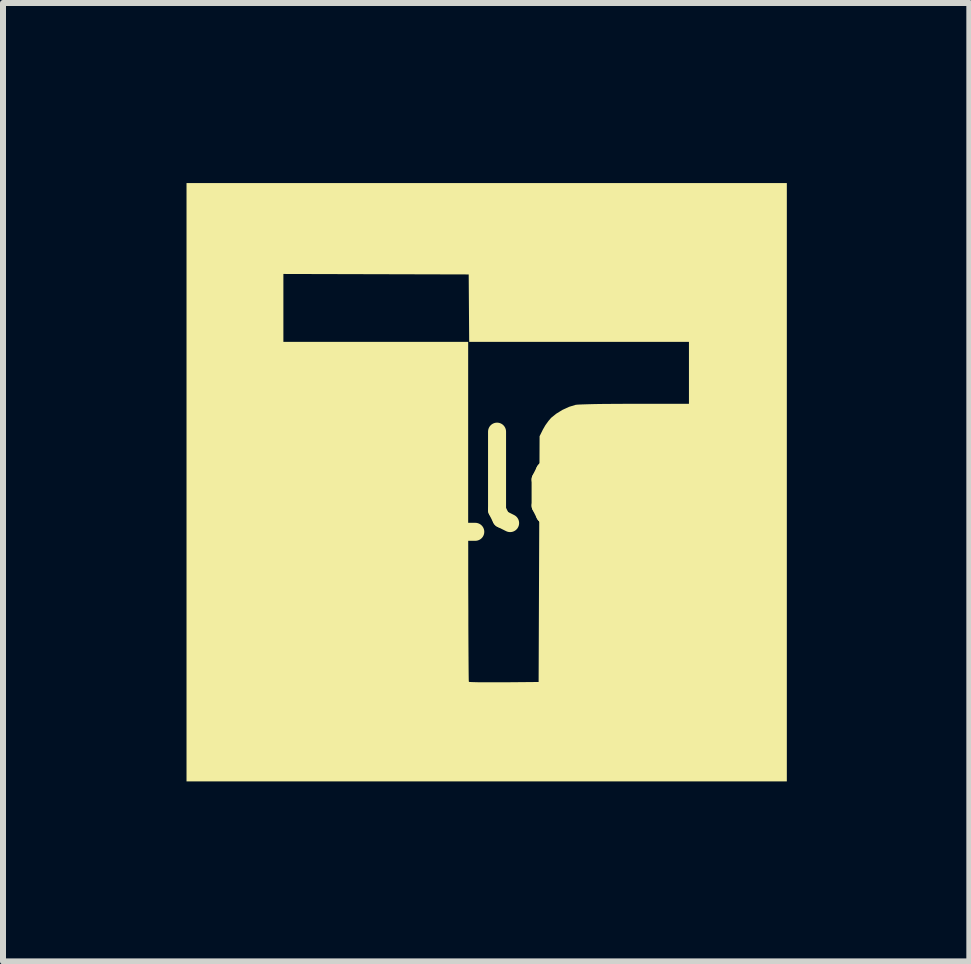
<source format=kicad_pcb>
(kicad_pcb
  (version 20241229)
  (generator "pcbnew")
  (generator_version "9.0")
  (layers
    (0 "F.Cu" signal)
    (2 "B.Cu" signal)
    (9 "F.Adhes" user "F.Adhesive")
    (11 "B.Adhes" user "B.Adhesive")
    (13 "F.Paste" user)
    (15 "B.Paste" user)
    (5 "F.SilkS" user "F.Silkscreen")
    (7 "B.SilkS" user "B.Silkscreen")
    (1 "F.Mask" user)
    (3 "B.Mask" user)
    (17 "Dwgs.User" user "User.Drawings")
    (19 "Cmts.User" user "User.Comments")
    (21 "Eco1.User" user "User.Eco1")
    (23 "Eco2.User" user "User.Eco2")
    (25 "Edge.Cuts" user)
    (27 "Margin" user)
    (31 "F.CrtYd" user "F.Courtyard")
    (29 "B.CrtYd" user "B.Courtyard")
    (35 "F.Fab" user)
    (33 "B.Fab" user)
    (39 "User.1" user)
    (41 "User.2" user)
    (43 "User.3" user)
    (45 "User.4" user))
  (footprint "vut_logo"
    (layer "F.Cu")
    (at 5.051 4.977)
    (property "Reference" "vut_logo" (at 0 0 0) (layer "F.SilkS") (effects (font (size 1.524 1.524) (thickness 0.3))))
    (attr board_only exclude_from_pos_files exclude_from_bom)
    (fp_poly (pts (xy 5.01 4.993) (xy -4.993 4.993) (xy -4.993 -3.462) (xy -3.379 -3.462) (xy -3.379 -2.33) (xy -0.3 -2.33) (xy -0.3 0.497) (xy -0.3 0.801) (xy -0.299 1.096) (xy -0.299 1.381) (xy -0.299 1.653) (xy -0.298 1.911) (xy -0.297 2.153) (xy -0.297 2.377) (xy -0.296 2.583) (xy -0.295 2.767) (xy -0.294 2.928) (xy -0.293 3.065) (xy -0.292 3.176) (xy -0.291 3.259) (xy -0.29 3.312) (xy -0.288 3.334) (xy -0.288 3.335) (xy -0.27 3.337) (xy -0.221 3.339) (xy -0.148 3.341) (xy -0.053 3.342) (xy 0.06 3.342) (xy 0.187 3.342) (xy 0.298 3.342) (xy 0.874 3.337) (xy 0.882 1.29) (xy 0.89 -0.758) (xy 0.946 -0.871) (xy 0.987 -0.942) (xy 1.039 -1.014) (xy 1.083 -1.065) (xy 1.167 -1.133) (xy 1.271 -1.197) (xy 1.382 -1.248) (xy 1.487 -1.28) (xy 1.496 -1.282) (xy 1.532 -1.285) (xy 1.598 -1.288) (xy 1.693 -1.291) (xy 1.812 -1.294) (xy 1.953 -1.296) (xy 2.114 -1.297) (xy 2.291 -1.298) (xy 2.482 -1.298) (xy 3.379 -1.298) (xy 3.379 -2.33) (xy -0.283 -2.33) (xy -0.287 -2.892) (xy -0.291 -3.454) (xy -1.835 -3.458) (xy -3.379 -3.462) (xy -4.993 -3.462) (xy -4.993 -4.977) (xy 5.01 -4.977)) (stroke (width 0) (type solid)) (fill yes) (layer "F.SilkS")))
  (gr_rect
    (start -3 -3)
    (end 13.102 12.97)
    (stroke (width 0.1) (type default))
    (fill no)
    (layer "Edge.Cuts")))
</source>
